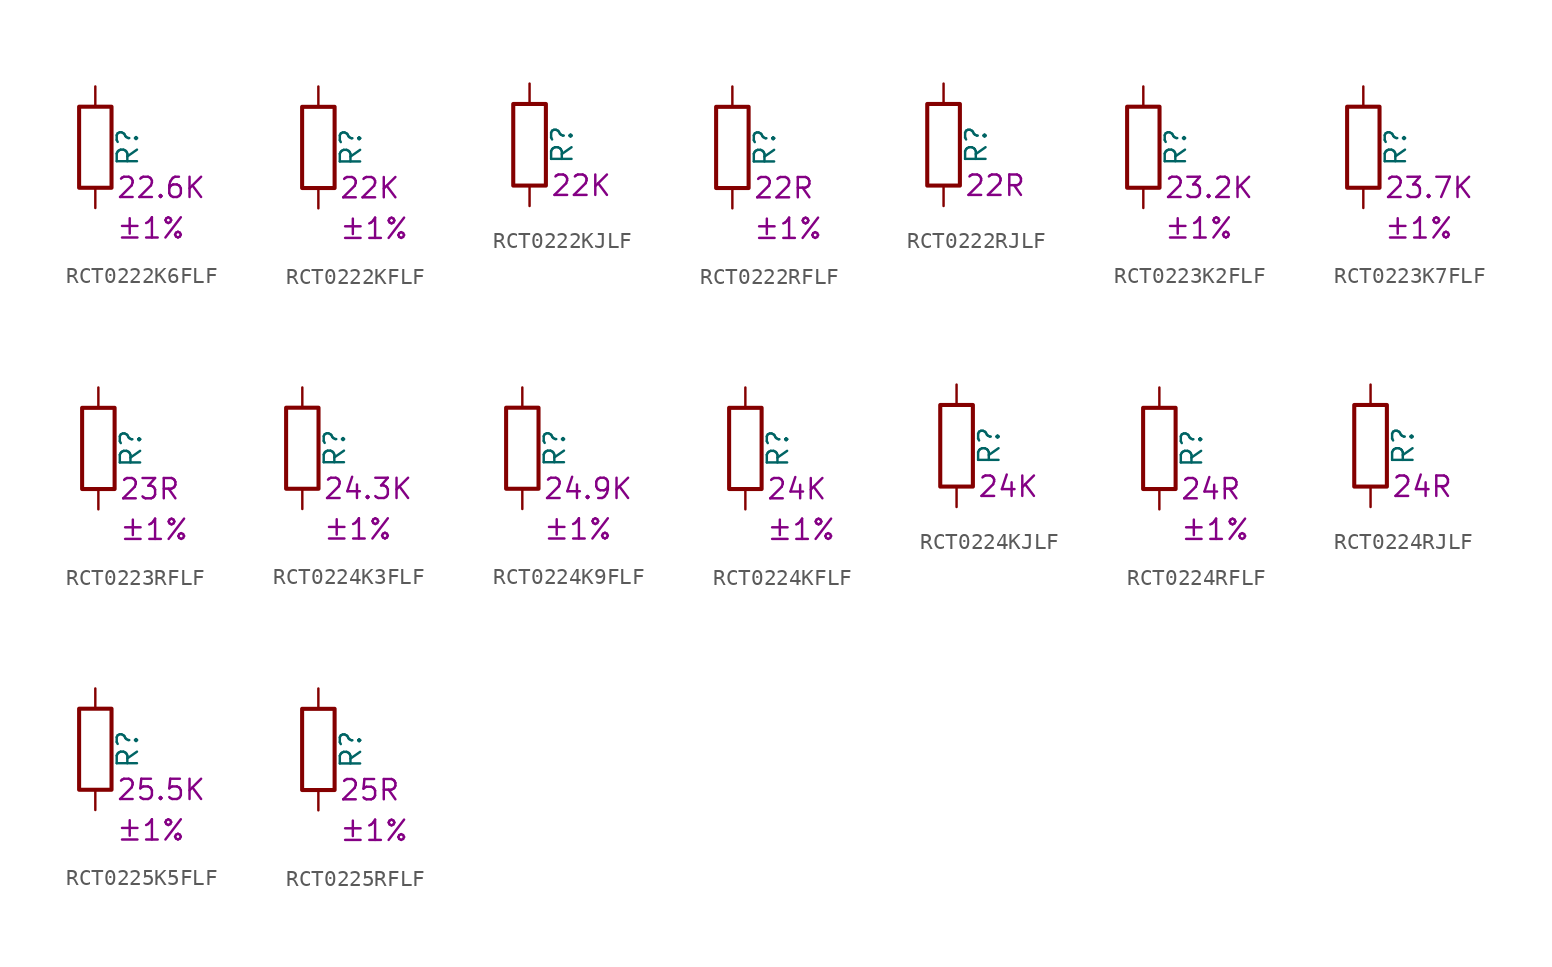
<source format=kicad_sym>
(kicad_symbol_lib
  (version 20220914)
  (generator kicad_symbol_editor)
  (symbol "RCT0222K6FLF"
    (pin_numbers hide)
    (pin_names
      (offset 0))
    (property "Reference" "R"
      (at 2.032 0 90)
      (effects (font (size 1.27 1.27))))
    (property "Resistance" "22.6K"
      (at 1.27 -2.54 0)
      (effects (font (size 1.27 1.27)) (justify left)))
    (property "Tolerance" "±1%"
      (at 1.27 -5.08 0)
      (effects (font (size 1.27 1.27)) (justify left)))
    (symbol "RCT0222K6FLF_0_1"
      (rectangle (start -1.016 -2.54) (end 1.016 2.54) (stroke (width 0.254) (type default)) (fill (type none))))
    (symbol "RCT0222K6FLF_1_1"
      (pin passive line (at 0 3.81 270) (length 1.27) (name "~" (effects (font (size 1.27 1.27)))) (number "1" (effects (font (size 1.27 1.27)))))
      (pin passive line (at 0 -3.81 90) (length 1.27) (name "~" (effects (font (size 1.27 1.27)))) (number "2" (effects (font (size 1.27 1.27)))))))
  (symbol "RCT0222KFLF"
    (pin_numbers hide)
    (pin_names
      (offset 0))
    (property "Reference" "R"
      (at 2.032 0 90)
      (effects (font (size 1.27 1.27))))
    (property "Resistance" "22K"
      (at 1.27 -2.54 0)
      (effects (font (size 1.27 1.27)) (justify left)))
    (property "Tolerance" "±1%"
      (at 1.27 -5.08 0)
      (effects (font (size 1.27 1.27)) (justify left)))
    (symbol "RCT0222KFLF_0_1"
      (rectangle (start -1.016 -2.54) (end 1.016 2.54) (stroke (width 0.254) (type default)) (fill (type none))))
    (symbol "RCT0222KFLF_1_1"
      (pin passive line (at 0 3.81 270) (length 1.27) (name "~" (effects (font (size 1.27 1.27)))) (number "1" (effects (font (size 1.27 1.27)))))
      (pin passive line (at 0 -3.81 90) (length 1.27) (name "~" (effects (font (size 1.27 1.27)))) (number "2" (effects (font (size 1.27 1.27)))))))
  (symbol "RCT0222KJLF"
    (pin_numbers hide)
    (pin_names
      (offset 0))
    (property "Reference" "R"
      (at 2.032 0 90)
      (effects (font (size 1.27 1.27))))
    (property "Resistance" "22K"
      (at 1.27 -2.54 0)
      (effects (font (size 1.27 1.27)) (justify left)))
    (symbol "RCT0222KJLF_0_1"
      (rectangle (start -1.016 -2.54) (end 1.016 2.54) (stroke (width 0.254) (type default)) (fill (type none))))
    (symbol "RCT0222KJLF_1_1"
      (pin passive line (at 0 3.81 270) (length 1.27) (name "~" (effects (font (size 1.27 1.27)))) (number "1" (effects (font (size 1.27 1.27)))))
      (pin passive line (at 0 -3.81 90) (length 1.27) (name "~" (effects (font (size 1.27 1.27)))) (number "2" (effects (font (size 1.27 1.27)))))))
  (symbol "RCT0222RFLF"
    (pin_numbers hide)
    (pin_names
      (offset 0))
    (property "Reference" "R"
      (at 2.032 0 90)
      (effects (font (size 1.27 1.27))))
    (property "Resistance" "22R"
      (at 1.27 -2.54 0)
      (effects (font (size 1.27 1.27)) (justify left)))
    (property "Tolerance" "±1%"
      (at 1.27 -5.08 0)
      (effects (font (size 1.27 1.27)) (justify left)))
    (symbol "RCT0222RFLF_0_1"
      (rectangle (start -1.016 -2.54) (end 1.016 2.54) (stroke (width 0.254) (type default)) (fill (type none))))
    (symbol "RCT0222RFLF_1_1"
      (pin passive line (at 0 3.81 270) (length 1.27) (name "~" (effects (font (size 1.27 1.27)))) (number "1" (effects (font (size 1.27 1.27)))))
      (pin passive line (at 0 -3.81 90) (length 1.27) (name "~" (effects (font (size 1.27 1.27)))) (number "2" (effects (font (size 1.27 1.27)))))))
  (symbol "RCT0222RJLF"
    (pin_numbers hide)
    (pin_names
      (offset 0))
    (property "Reference" "R"
      (at 2.032 0 90)
      (effects (font (size 1.27 1.27))))
    (property "Resistance" "22R"
      (at 1.27 -2.54 0)
      (effects (font (size 1.27 1.27)) (justify left)))
    (symbol "RCT0222RJLF_0_1"
      (rectangle (start -1.016 -2.54) (end 1.016 2.54) (stroke (width 0.254) (type default)) (fill (type none))))
    (symbol "RCT0222RJLF_1_1"
      (pin passive line (at 0 3.81 270) (length 1.27) (name "~" (effects (font (size 1.27 1.27)))) (number "1" (effects (font (size 1.27 1.27)))))
      (pin passive line (at 0 -3.81 90) (length 1.27) (name "~" (effects (font (size 1.27 1.27)))) (number "2" (effects (font (size 1.27 1.27)))))))
  (symbol "RCT0223K2FLF"
    (pin_numbers hide)
    (pin_names
      (offset 0))
    (property "Reference" "R"
      (at 2.032 0 90)
      (effects (font (size 1.27 1.27))))
    (property "Resistance" "23.2K"
      (at 1.27 -2.54 0)
      (effects (font (size 1.27 1.27)) (justify left)))
    (property "Tolerance" "±1%"
      (at 1.27 -5.08 0)
      (effects (font (size 1.27 1.27)) (justify left)))
    (symbol "RCT0223K2FLF_0_1"
      (rectangle (start -1.016 -2.54) (end 1.016 2.54) (stroke (width 0.254) (type default)) (fill (type none))))
    (symbol "RCT0223K2FLF_1_1"
      (pin passive line (at 0 3.81 270) (length 1.27) (name "~" (effects (font (size 1.27 1.27)))) (number "1" (effects (font (size 1.27 1.27)))))
      (pin passive line (at 0 -3.81 90) (length 1.27) (name "~" (effects (font (size 1.27 1.27)))) (number "2" (effects (font (size 1.27 1.27)))))))
  (symbol "RCT0223K7FLF"
    (pin_numbers hide)
    (pin_names
      (offset 0))
    (property "Reference" "R"
      (at 2.032 0 90)
      (effects (font (size 1.27 1.27))))
    (property "Resistance" "23.7K"
      (at 1.27 -2.54 0)
      (effects (font (size 1.27 1.27)) (justify left)))
    (property "Tolerance" "±1%"
      (at 1.27 -5.08 0)
      (effects (font (size 1.27 1.27)) (justify left)))
    (symbol "RCT0223K7FLF_0_1"
      (rectangle (start -1.016 -2.54) (end 1.016 2.54) (stroke (width 0.254) (type default)) (fill (type none))))
    (symbol "RCT0223K7FLF_1_1"
      (pin passive line (at 0 3.81 270) (length 1.27) (name "~" (effects (font (size 1.27 1.27)))) (number "1" (effects (font (size 1.27 1.27)))))
      (pin passive line (at 0 -3.81 90) (length 1.27) (name "~" (effects (font (size 1.27 1.27)))) (number "2" (effects (font (size 1.27 1.27)))))))
  (symbol "RCT0223RFLF"
    (pin_numbers hide)
    (pin_names
      (offset 0))
    (property "Reference" "R"
      (at 2.032 0 90)
      (effects (font (size 1.27 1.27))))
    (property "Resistance" "23R"
      (at 1.27 -2.54 0)
      (effects (font (size 1.27 1.27)) (justify left)))
    (property "Tolerance" "±1%"
      (at 1.27 -5.08 0)
      (effects (font (size 1.27 1.27)) (justify left)))
    (symbol "RCT0223RFLF_0_1"
      (rectangle (start -1.016 -2.54) (end 1.016 2.54) (stroke (width 0.254) (type default)) (fill (type none))))
    (symbol "RCT0223RFLF_1_1"
      (pin passive line (at 0 3.81 270) (length 1.27) (name "~" (effects (font (size 1.27 1.27)))) (number "1" (effects (font (size 1.27 1.27)))))
      (pin passive line (at 0 -3.81 90) (length 1.27) (name "~" (effects (font (size 1.27 1.27)))) (number "2" (effects (font (size 1.27 1.27)))))))
  (symbol "RCT0224K3FLF"
    (pin_numbers hide)
    (pin_names
      (offset 0))
    (property "Reference" "R"
      (at 2.032 0 90)
      (effects (font (size 1.27 1.27))))
    (property "Resistance" "24.3K"
      (at 1.27 -2.54 0)
      (effects (font (size 1.27 1.27)) (justify left)))
    (property "Tolerance" "±1%"
      (at 1.27 -5.08 0)
      (effects (font (size 1.27 1.27)) (justify left)))
    (symbol "RCT0224K3FLF_0_1"
      (rectangle (start -1.016 -2.54) (end 1.016 2.54) (stroke (width 0.254) (type default)) (fill (type none))))
    (symbol "RCT0224K3FLF_1_1"
      (pin passive line (at 0 3.81 270) (length 1.27) (name "~" (effects (font (size 1.27 1.27)))) (number "1" (effects (font (size 1.27 1.27)))))
      (pin passive line (at 0 -3.81 90) (length 1.27) (name "~" (effects (font (size 1.27 1.27)))) (number "2" (effects (font (size 1.27 1.27)))))))
  (symbol "RCT0224K9FLF"
    (pin_numbers hide)
    (pin_names
      (offset 0))
    (property "Reference" "R"
      (at 2.032 0 90)
      (effects (font (size 1.27 1.27))))
    (property "Resistance" "24.9K"
      (at 1.27 -2.54 0)
      (effects (font (size 1.27 1.27)) (justify left)))
    (property "Tolerance" "±1%"
      (at 1.27 -5.08 0)
      (effects (font (size 1.27 1.27)) (justify left)))
    (symbol "RCT0224K9FLF_0_1"
      (rectangle (start -1.016 -2.54) (end 1.016 2.54) (stroke (width 0.254) (type default)) (fill (type none))))
    (symbol "RCT0224K9FLF_1_1"
      (pin passive line (at 0 3.81 270) (length 1.27) (name "~" (effects (font (size 1.27 1.27)))) (number "1" (effects (font (size 1.27 1.27)))))
      (pin passive line (at 0 -3.81 90) (length 1.27) (name "~" (effects (font (size 1.27 1.27)))) (number "2" (effects (font (size 1.27 1.27)))))))
  (symbol "RCT0224KFLF"
    (pin_numbers hide)
    (pin_names
      (offset 0))
    (property "Reference" "R"
      (at 2.032 0 90)
      (effects (font (size 1.27 1.27))))
    (property "Resistance" "24K"
      (at 1.27 -2.54 0)
      (effects (font (size 1.27 1.27)) (justify left)))
    (property "Tolerance" "±1%"
      (at 1.27 -5.08 0)
      (effects (font (size 1.27 1.27)) (justify left)))
    (symbol "RCT0224KFLF_0_1"
      (rectangle (start -1.016 -2.54) (end 1.016 2.54) (stroke (width 0.254) (type default)) (fill (type none))))
    (symbol "RCT0224KFLF_1_1"
      (pin passive line (at 0 3.81 270) (length 1.27) (name "~" (effects (font (size 1.27 1.27)))) (number "1" (effects (font (size 1.27 1.27)))))
      (pin passive line (at 0 -3.81 90) (length 1.27) (name "~" (effects (font (size 1.27 1.27)))) (number "2" (effects (font (size 1.27 1.27)))))))
  (symbol "RCT0224KJLF"
    (pin_numbers hide)
    (pin_names
      (offset 0))
    (property "Reference" "R"
      (at 2.032 0 90)
      (effects (font (size 1.27 1.27))))
    (property "Resistance" "24K"
      (at 1.27 -2.54 0)
      (effects (font (size 1.27 1.27)) (justify left)))
    (symbol "RCT0224KJLF_0_1"
      (rectangle (start -1.016 -2.54) (end 1.016 2.54) (stroke (width 0.254) (type default)) (fill (type none))))
    (symbol "RCT0224KJLF_1_1"
      (pin passive line (at 0 3.81 270) (length 1.27) (name "~" (effects (font (size 1.27 1.27)))) (number "1" (effects (font (size 1.27 1.27)))))
      (pin passive line (at 0 -3.81 90) (length 1.27) (name "~" (effects (font (size 1.27 1.27)))) (number "2" (effects (font (size 1.27 1.27)))))))
  (symbol "RCT0224RFLF"
    (pin_numbers hide)
    (pin_names
      (offset 0))
    (property "Reference" "R"
      (at 2.032 0 90)
      (effects (font (size 1.27 1.27))))
    (property "Resistance" "24R"
      (at 1.27 -2.54 0)
      (effects (font (size 1.27 1.27)) (justify left)))
    (property "Tolerance" "±1%"
      (at 1.27 -5.08 0)
      (effects (font (size 1.27 1.27)) (justify left)))
    (symbol "RCT0224RFLF_0_1"
      (rectangle (start -1.016 -2.54) (end 1.016 2.54) (stroke (width 0.254) (type default)) (fill (type none))))
    (symbol "RCT0224RFLF_1_1"
      (pin passive line (at 0 3.81 270) (length 1.27) (name "~" (effects (font (size 1.27 1.27)))) (number "1" (effects (font (size 1.27 1.27)))))
      (pin passive line (at 0 -3.81 90) (length 1.27) (name "~" (effects (font (size 1.27 1.27)))) (number "2" (effects (font (size 1.27 1.27)))))))
  (symbol "RCT0224RJLF"
    (pin_numbers hide)
    (pin_names
      (offset 0))
    (property "Reference" "R"
      (at 2.032 0 90)
      (effects (font (size 1.27 1.27))))
    (property "Resistance" "24R"
      (at 1.27 -2.54 0)
      (effects (font (size 1.27 1.27)) (justify left)))
    (symbol "RCT0224RJLF_0_1"
      (rectangle (start -1.016 -2.54) (end 1.016 2.54) (stroke (width 0.254) (type default)) (fill (type none))))
    (symbol "RCT0224RJLF_1_1"
      (pin passive line (at 0 3.81 270) (length 1.27) (name "~" (effects (font (size 1.27 1.27)))) (number "1" (effects (font (size 1.27 1.27)))))
      (pin passive line (at 0 -3.81 90) (length 1.27) (name "~" (effects (font (size 1.27 1.27)))) (number "2" (effects (font (size 1.27 1.27)))))))
  (symbol "RCT0225K5FLF"
    (pin_numbers hide)
    (pin_names
      (offset 0))
    (property "Reference" "R"
      (at 2.032 0 90)
      (effects (font (size 1.27 1.27))))
    (property "Resistance" "25.5K"
      (at 1.27 -2.54 0)
      (effects (font (size 1.27 1.27)) (justify left)))
    (property "Tolerance" "±1%"
      (at 1.27 -5.08 0)
      (effects (font (size 1.27 1.27)) (justify left)))
    (symbol "RCT0225K5FLF_0_1"
      (rectangle (start -1.016 -2.54) (end 1.016 2.54) (stroke (width 0.254) (type default)) (fill (type none))))
    (symbol "RCT0225K5FLF_1_1"
      (pin passive line (at 0 3.81 270) (length 1.27) (name "~" (effects (font (size 1.27 1.27)))) (number "1" (effects (font (size 1.27 1.27)))))
      (pin passive line (at 0 -3.81 90) (length 1.27) (name "~" (effects (font (size 1.27 1.27)))) (number "2" (effects (font (size 1.27 1.27)))))))
  (symbol "RCT0225RFLF"
    (pin_numbers hide)
    (pin_names
      (offset 0))
    (property "Reference" "R"
      (at 2.032 0 90)
      (effects (font (size 1.27 1.27))))
    (property "Resistance" "25R"
      (at 1.27 -2.54 0)
      (effects (font (size 1.27 1.27)) (justify left)))
    (property "Tolerance" "±1%"
      (at 1.27 -5.08 0)
      (effects (font (size 1.27 1.27)) (justify left)))
    (symbol "RCT0225RFLF_0_1"
      (rectangle (start -1.016 -2.54) (end 1.016 2.54) (stroke (width 0.254) (type default)) (fill (type none))))
    (symbol "RCT0225RFLF_1_1"
      (pin passive line (at 0 3.81 270) (length 1.27) (name "~" (effects (font (size 1.27 1.27)))) (number "1" (effects (font (size 1.27 1.27)))))
      (pin passive line (at 0 -3.81 90) (length 1.27) (name "~" (effects (font (size 1.27 1.27)))) (number "2" (effects (font (size 1.27 1.27))))))))
</source>
